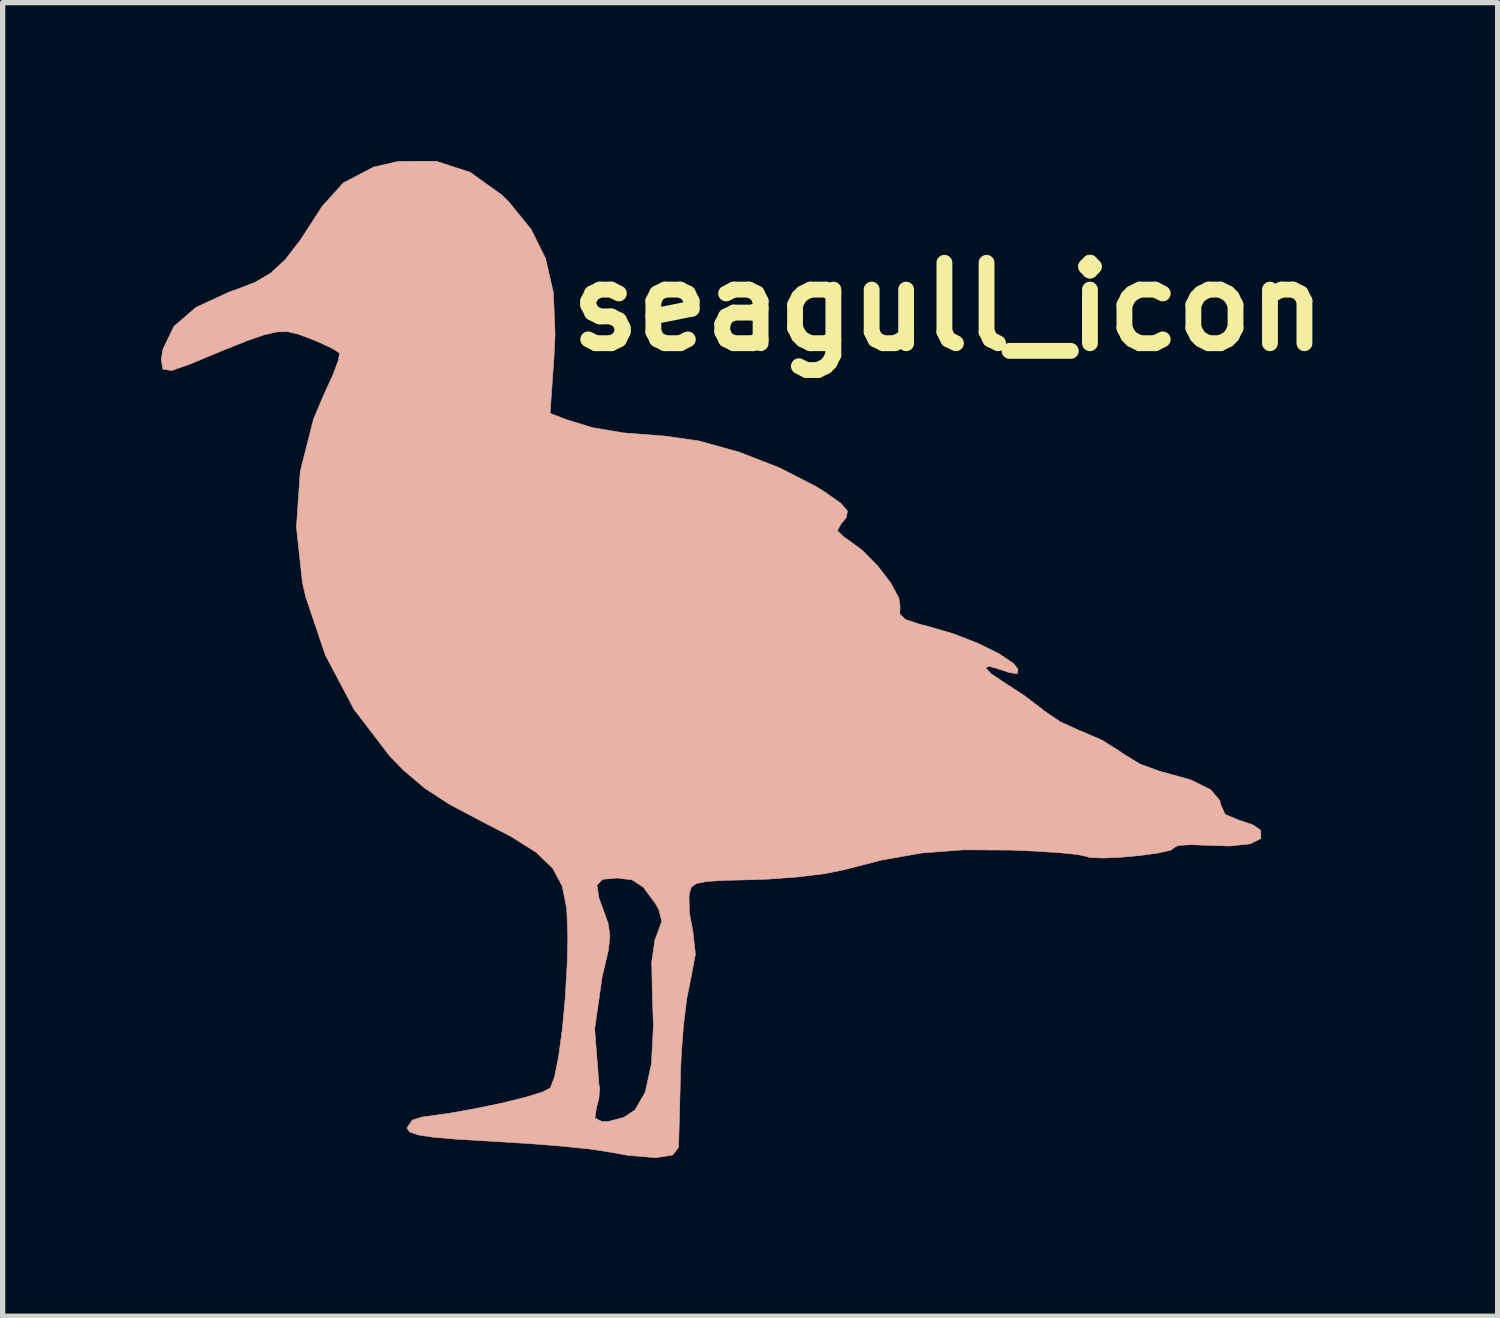
<source format=kicad_pcb>
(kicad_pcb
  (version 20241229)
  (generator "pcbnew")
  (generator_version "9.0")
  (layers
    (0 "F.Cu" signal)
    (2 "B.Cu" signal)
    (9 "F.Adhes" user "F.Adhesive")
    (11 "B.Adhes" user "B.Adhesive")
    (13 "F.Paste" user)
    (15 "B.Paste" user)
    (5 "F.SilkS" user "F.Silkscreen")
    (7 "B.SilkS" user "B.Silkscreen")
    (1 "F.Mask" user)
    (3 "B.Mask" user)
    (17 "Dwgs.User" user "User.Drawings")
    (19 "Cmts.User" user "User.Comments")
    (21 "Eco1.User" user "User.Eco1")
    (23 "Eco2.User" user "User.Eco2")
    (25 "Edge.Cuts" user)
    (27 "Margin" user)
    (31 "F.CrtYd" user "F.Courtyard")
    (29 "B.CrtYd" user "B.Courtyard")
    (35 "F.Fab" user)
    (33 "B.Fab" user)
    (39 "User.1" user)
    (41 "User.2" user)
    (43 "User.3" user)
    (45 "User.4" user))
  (footprint "seagull_icon"
    (layer "F.Cu")
    (at 10.048 9.544)
    (property "Reference" "seagull_icon" (at 4.87 -6.78 0) (layer "F.SilkS") (effects (font (size 1.524 1.524) (thickness 0.3))))
    (attr through_hole)
    (fp_poly (pts (xy -4.191 -9.331) (xy -3.596 -8.905) (xy -3.457 -8.769) (xy -3.036 -8.252) (xy -2.759 -7.694) (xy -2.612 -7.047) (xy -2.58 -6.262) (xy -2.601 -5.82) (xy -2.675 -4.763) (xy -2.357 -4.64) (xy -1.866 -4.49) (xy -1.286 -4.392) (xy -0.548 -4.335) (xy -0.506 -4.333) (xy 0.152 -4.238) (xy 0.906 -4.028) (xy 1.67 -3.731) (xy 2.36 -3.378) (xy 2.544 -3.263) (xy 2.84 -3.053) (xy 2.961 -2.909) (xy 2.934 -2.779) (xy 2.84 -2.671) (xy 2.769 -2.537) (xy 2.895 -2.416) (xy 2.927 -2.397) (xy 3.23 -2.177) (xy 3.53 -1.874) (xy 3.78 -1.55) (xy 3.934 -1.263) (xy 3.957 -1.101) (xy 3.952 -0.957) (xy 4.059 -0.856) (xy 4.326 -0.766) (xy 4.507 -0.721) (xy 4.977 -0.582) (xy 5.438 -0.402) (xy 5.833 -0.207) (xy 6.104 -0.025) (xy 6.193 0.088) (xy 6.176 0.174) (xy 6.009 0.145) (xy 5.922 0.113) (xy 5.651 0.032) (xy 5.574 0.058) (xy 5.689 0.178) (xy 5.951 0.352) (xy 6.304 0.582) (xy 6.623 0.823) (xy 6.679 0.87) (xy 6.99 1.081) (xy 7.365 1.253) (xy 7.404 1.266) (xy 7.786 1.432) (xy 8.13 1.649) (xy 8.154 1.669) (xy 8.499 1.882) (xy 8.873 2.019) (xy 9.455 2.179) (xy 9.842 2.368) (xy 10.018 2.578) (xy 10.027 2.64) (xy 10.117 2.838) (xy 10.372 2.944) (xy 10.641 3.034) (xy 10.791 3.139) (xy 10.793 3.295) (xy 10.591 3.396) (xy 10.204 3.437) (xy 9.827 3.425) (xy 9.464 3.412) (xy 9.225 3.426) (xy 9.16 3.462) (xy 9.087 3.516) (xy 8.849 3.569) (xy 8.511 3.616) (xy 8.138 3.65) (xy 7.796 3.665) (xy 7.551 3.653) (xy 7.48 3.633) (xy 7.321 3.598) (xy 6.983 3.564) (xy 6.519 3.534) (xy 6.066 3.514) (xy 5.152 3.509) (xy 4.362 3.57) (xy 3.594 3.706) (xy 2.914 3.883) (xy 2.534 3.96) (xy 2.01 4.024) (xy 1.43 4.066) (xy 1.159 4.075) (xy 0.632 4.088) (xy 0.292 4.108) (xy 0.097 4.147) (xy 0.003 4.215) (xy -0.033 4.325) (xy -0.042 4.387) (xy -0.035 4.705) (xy 0.032 5.059) (xy 0.079 5.487) (xy -0.015 5.983) (xy -0.086 6.334) (xy -0.147 6.836) (xy -0.19 7.407) (xy -0.203 7.735) (xy -0.216 8.26) (xy -0.228 8.713) (xy -0.237 9.035) (xy -0.241 9.15) (xy -0.353 9.292) (xy -0.67 9.342) (xy -1.187 9.3) (xy -1.634 9.221) (xy -1.943 9.176) (xy -2.423 9.127) (xy -3.011 9.08) (xy -3.648 9.039) (xy -3.77 9.032) (xy -4.427 8.994) (xy -4.885 8.955) (xy -5.176 8.911) (xy -5.332 8.857) (xy -5.385 8.788) (xy -5.386 8.775) (xy -5.285 8.63) (xy -5.097 8.571) (xy -4.623 8.507) (xy -4.104 8.415) (xy -3.593 8.309) (xy -3.147 8.199) (xy -2.821 8.099) (xy -2.672 8.023) (xy -2.593 7.821) (xy -2.515 7.438) (xy -2.445 6.923) (xy -2.443 6.903) (xy -1.83 6.903) (xy -1.749 7.949) (xy -1.735 8.024) (xy -1.75 8.217) (xy -1.797 8.399) (xy -1.825 8.59) (xy -1.7 8.655) (xy -1.584 8.659) (xy -1.275 8.578) (xy -1.065 8.437) (xy -0.871 8.099) (xy -0.754 7.561) (xy -0.717 6.841) (xy -0.737 6.265) (xy -0.749 5.635) (xy -0.688 5.214) (xy -0.644 5.103) (xy -0.558 4.859) (xy -0.616 4.636) (xy -0.687 4.515) (xy -0.907 4.218) (xy -1.121 4.078) (xy -1.412 4.043) (xy -1.681 4.068) (xy -1.787 4.179) (xy -1.75 4.419) (xy -1.667 4.646) (xy -1.573 4.911) (xy -1.541 5.14) (xy -1.571 5.415) (xy -1.665 5.817) (xy -1.685 5.894) (xy -1.83 6.903) (xy -2.443 6.903) (xy -2.389 6.326) (xy -2.352 5.694) (xy -2.339 5.177) (xy -2.359 4.623) (xy -2.445 4.196) (xy -2.628 3.854) (xy -2.94 3.556) (xy -3.412 3.258) (xy -3.96 2.975) (xy -4.575 2.65) (xy -5.046 2.344) (xy -5.449 2.003) (xy -5.712 1.734) (xy -6.39 0.847) (xy -6.933 -0.181) (xy -7.306 -1.285) (xy -7.368 -1.559) (xy -7.481 -2.608) (xy -7.409 -3.66) (xy -7.158 -4.652) (xy -6.954 -5.133) (xy -6.789 -5.493) (xy -6.685 -5.771) (xy -6.665 -5.903) (xy -6.795 -5.989) (xy -7.067 -6.116) (xy -7.241 -6.186) (xy -7.457 -6.265) (xy -7.643 -6.308) (xy -7.838 -6.307) (xy -8.085 -6.252) (xy -8.423 -6.135) (xy -8.894 -5.946) (xy -9.515 -5.688) (xy -9.846 -5.573) (xy -10.012 -5.599) (xy -10.043 -5.782) (xy -10.009 -5.981) (xy -9.802 -6.411) (xy -9.384 -6.771) (xy -8.749 -7.064) (xy -8.642 -7.1) (xy -8.268 -7.243) (xy -7.965 -7.422) (xy -7.691 -7.677) (xy -7.403 -8.051) (xy -7.058 -8.584) (xy -7.002 -8.675) (xy -6.592 -9.129) (xy -6.02 -9.428) (xy -5.548 -9.537) (xy -4.833 -9.539) (xy -4.191 -9.331)) (stroke (width 0.01) (type solid)) (fill yes) (layer "B.SilkS")))
  (gr_rect
    (start -3 -3)
    (end 25.328 21.891)
    (stroke (width 0.1) (type default))
    (fill no)
    (layer "Edge.Cuts")))
</source>
